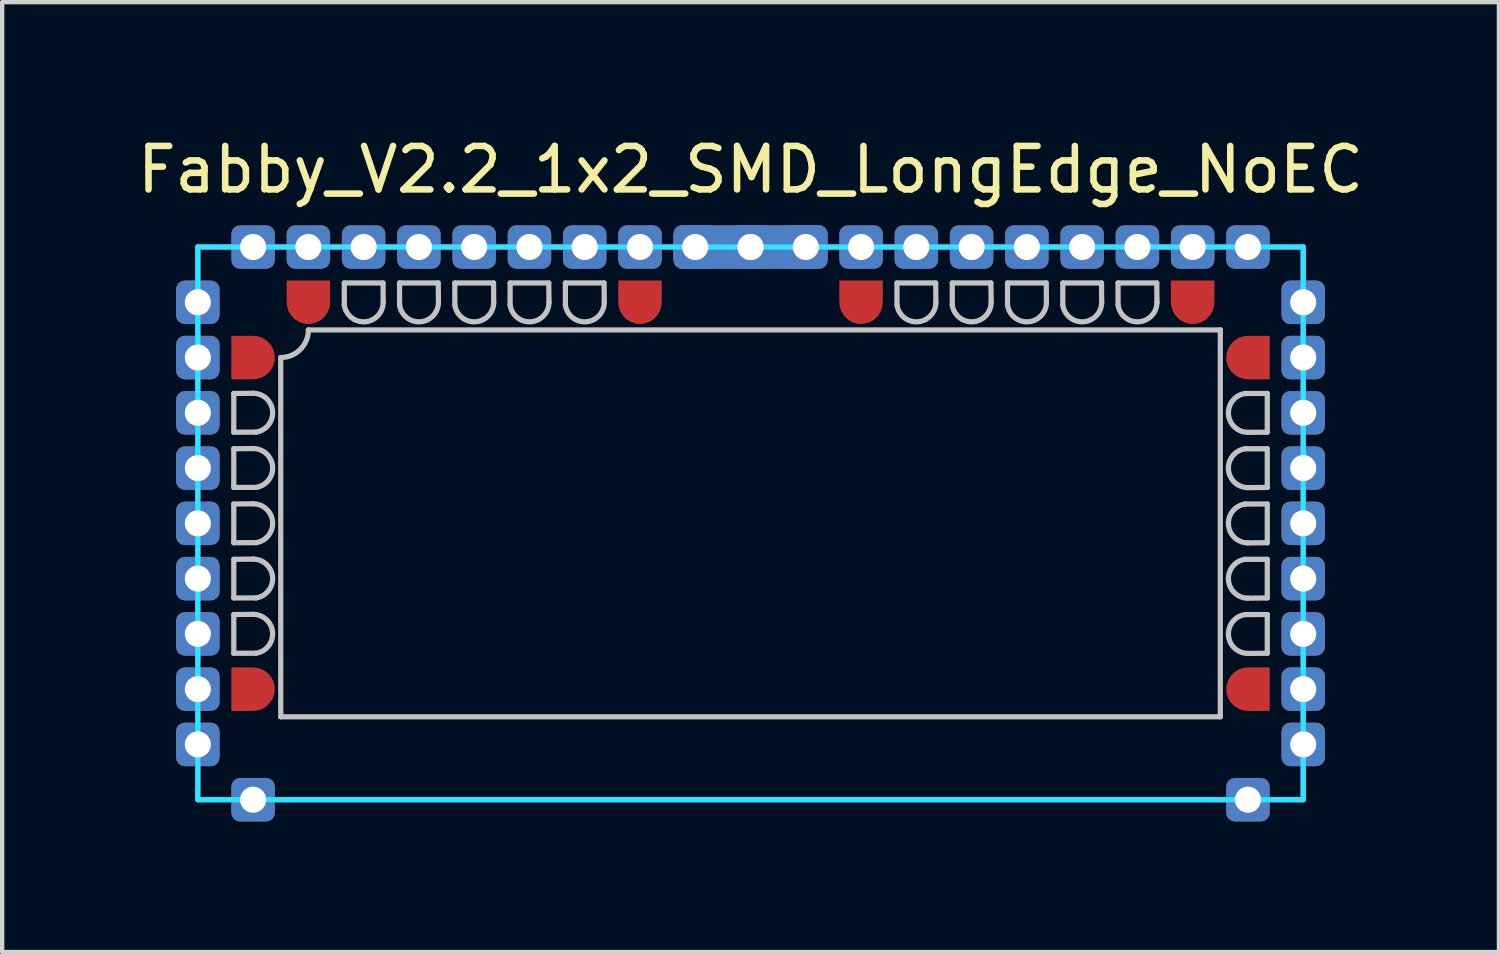
<source format=kicad_pcb>
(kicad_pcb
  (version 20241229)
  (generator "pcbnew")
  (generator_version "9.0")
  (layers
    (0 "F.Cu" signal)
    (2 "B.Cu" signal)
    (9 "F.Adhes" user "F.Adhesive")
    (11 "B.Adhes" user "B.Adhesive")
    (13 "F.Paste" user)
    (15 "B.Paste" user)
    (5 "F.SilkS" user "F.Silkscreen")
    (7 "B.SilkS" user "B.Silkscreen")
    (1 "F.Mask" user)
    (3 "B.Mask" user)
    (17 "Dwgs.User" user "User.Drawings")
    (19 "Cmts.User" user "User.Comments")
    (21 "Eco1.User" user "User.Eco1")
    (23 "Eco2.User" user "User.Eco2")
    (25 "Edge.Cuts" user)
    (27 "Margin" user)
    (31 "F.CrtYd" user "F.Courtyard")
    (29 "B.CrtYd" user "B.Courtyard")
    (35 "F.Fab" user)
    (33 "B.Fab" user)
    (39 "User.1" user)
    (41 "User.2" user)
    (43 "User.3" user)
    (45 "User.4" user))
  (footprint "Fabby_V2.2_1x2_SMD_LongEdge_NoEC"
    (layer "F.Cu")
    (at 14.196 8.976)
    (property "Reference" "Fabby_V2.2_1x2_SMD_LongEdge_NoEC" (at 0 -8.128 0) (layer "F.SilkS") (effects (font (size 1 1) (thickness 0.15))))
    (attr through_hole)
    (fp_line (start -11.874 -2.985) (end -11.874 -2.095) (stroke (width 0.12) (type solid)) (layer "Dwgs.User"))
    (fp_line (start -11.874 -2.095) (end -11.367 -2.096) (stroke (width 0.12) (type solid)) (layer "Dwgs.User"))
    (fp_line (start -11.874 -1.714) (end -11.874 -0.826) (stroke (width 0.12) (type solid)) (layer "Dwgs.User"))
    (fp_line (start -11.874 -0.826) (end -11.367 -0.826) (stroke (width 0.12) (type solid)) (layer "Dwgs.User"))
    (fp_line (start -11.874 -0.445) (end -11.874 0.445) (stroke (width 0.12) (type solid)) (layer "Dwgs.User"))
    (fp_line (start -11.874 0.445) (end -11.367 0.444) (stroke (width 0.12) (type solid)) (layer "Dwgs.User"))
    (fp_line (start -11.874 0.826) (end -11.874 1.714) (stroke (width 0.12) (type solid)) (layer "Dwgs.User"))
    (fp_line (start -11.874 1.714) (end -11.367 1.714) (stroke (width 0.12) (type solid)) (layer "Dwgs.User"))
    (fp_line (start -11.874 2.095) (end -11.874 2.985) (stroke (width 0.12) (type solid)) (layer "Dwgs.User"))
    (fp_line (start -11.874 2.985) (end -11.367 2.984) (stroke (width 0.12) (type solid)) (layer "Dwgs.User"))
    (fp_line (start -11.43 -2.989) (end -11.874 -2.985) (stroke (width 0.12) (type solid)) (layer "Dwgs.User"))
    (fp_line (start -11.43 -1.719) (end -11.874 -1.714) (stroke (width 0.12) (type solid)) (layer "Dwgs.User"))
    (fp_line (start -11.43 -0.449) (end -11.874 -0.445) (stroke (width 0.12) (type solid)) (layer "Dwgs.User"))
    (fp_line (start -11.43 0.821) (end -11.874 0.826) (stroke (width 0.12) (type solid)) (layer "Dwgs.User"))
    (fp_line (start -11.43 2.091) (end -11.874 2.095) (stroke (width 0.12) (type solid)) (layer "Dwgs.User"))
    (fp_line (start -10.795 4.445) (end -10.795 -3.81) (stroke (width 0.12) (type solid)) (layer "Dwgs.User"))
    (fp_line (start -10.16 -4.445) (end 10.795 -4.445) (stroke (width 0.12) (type solid)) (layer "Dwgs.User"))
    (fp_line (start -9.335 -5.524) (end -9.334 -5.017) (stroke (width 0.12) (type solid)) (layer "Dwgs.User"))
    (fp_line (start -8.445 -5.524) (end -9.335 -5.524) (stroke (width 0.12) (type solid)) (layer "Dwgs.User"))
    (fp_line (start -8.441 -5.08) (end -8.445 -5.524) (stroke (width 0.12) (type solid)) (layer "Dwgs.User"))
    (fp_line (start -8.065 -5.524) (end -8.064 -5.017) (stroke (width 0.12) (type solid)) (layer "Dwgs.User"))
    (fp_line (start -7.176 -5.524) (end -8.065 -5.524) (stroke (width 0.12) (type solid)) (layer "Dwgs.User"))
    (fp_line (start -7.171 -5.08) (end -7.176 -5.524) (stroke (width 0.12) (type solid)) (layer "Dwgs.User"))
    (fp_line (start -6.795 -5.524) (end -6.794 -5.017) (stroke (width 0.12) (type solid)) (layer "Dwgs.User"))
    (fp_line (start -5.905 -5.524) (end -6.795 -5.524) (stroke (width 0.12) (type solid)) (layer "Dwgs.User"))
    (fp_line (start -5.901 -5.08) (end -5.905 -5.524) (stroke (width 0.12) (type solid)) (layer "Dwgs.User"))
    (fp_line (start -5.524 -5.524) (end -5.524 -5.017) (stroke (width 0.12) (type solid)) (layer "Dwgs.User"))
    (fp_line (start -4.636 -5.524) (end -5.524 -5.524) (stroke (width 0.12) (type solid)) (layer "Dwgs.User"))
    (fp_line (start -4.631 -5.08) (end -4.636 -5.524) (stroke (width 0.12) (type solid)) (layer "Dwgs.User"))
    (fp_line (start -4.255 -5.524) (end -4.254 -5.017) (stroke (width 0.12) (type solid)) (layer "Dwgs.User"))
    (fp_line (start -3.365 -5.524) (end -4.255 -5.524) (stroke (width 0.12) (type solid)) (layer "Dwgs.User"))
    (fp_line (start -3.361 -5.08) (end -3.365 -5.524) (stroke (width 0.12) (type solid)) (layer "Dwgs.User"))
    (fp_line (start 3.365 -5.524) (end 3.366 -5.017) (stroke (width 0.12) (type solid)) (layer "Dwgs.User"))
    (fp_line (start 4.255 -5.524) (end 3.365 -5.524) (stroke (width 0.12) (type solid)) (layer "Dwgs.User"))
    (fp_line (start 4.259 -5.08) (end 4.255 -5.524) (stroke (width 0.12) (type solid)) (layer "Dwgs.User"))
    (fp_line (start 4.636 -5.524) (end 4.636 -5.017) (stroke (width 0.12) (type solid)) (layer "Dwgs.User"))
    (fp_line (start 5.524 -5.524) (end 4.636 -5.524) (stroke (width 0.12) (type solid)) (layer "Dwgs.User"))
    (fp_line (start 5.529 -5.08) (end 5.524 -5.524) (stroke (width 0.12) (type solid)) (layer "Dwgs.User"))
    (fp_line (start 5.905 -5.524) (end 5.906 -5.017) (stroke (width 0.12) (type solid)) (layer "Dwgs.User"))
    (fp_line (start 6.795 -5.524) (end 5.905 -5.524) (stroke (width 0.12) (type solid)) (layer "Dwgs.User"))
    (fp_line (start 6.799 -5.08) (end 6.795 -5.524) (stroke (width 0.12) (type solid)) (layer "Dwgs.User"))
    (fp_line (start 7.176 -5.524) (end 7.176 -5.017) (stroke (width 0.12) (type solid)) (layer "Dwgs.User"))
    (fp_line (start 8.065 -5.524) (end 7.176 -5.524) (stroke (width 0.12) (type solid)) (layer "Dwgs.User"))
    (fp_line (start 8.069 -5.08) (end 8.065 -5.524) (stroke (width 0.12) (type solid)) (layer "Dwgs.User"))
    (fp_line (start 8.445 -5.524) (end 8.446 -5.017) (stroke (width 0.12) (type solid)) (layer "Dwgs.User"))
    (fp_line (start 9.335 -5.524) (end 8.445 -5.524) (stroke (width 0.12) (type solid)) (layer "Dwgs.User"))
    (fp_line (start 9.339 -5.08) (end 9.335 -5.524) (stroke (width 0.12) (type solid)) (layer "Dwgs.User"))
    (fp_line (start 10.795 -4.445) (end 10.795 4.445) (stroke (width 0.12) (type solid)) (layer "Dwgs.User"))
    (fp_line (start 10.795 4.445) (end -10.795 4.445) (stroke (width 0.12) (type solid)) (layer "Dwgs.User"))
    (fp_line (start 11.43 -2.091) (end 11.874 -2.095) (stroke (width 0.12) (type solid)) (layer "Dwgs.User"))
    (fp_line (start 11.43 -0.821) (end 11.874 -0.826) (stroke (width 0.12) (type solid)) (layer "Dwgs.User"))
    (fp_line (start 11.43 0.449) (end 11.874 0.445) (stroke (width 0.12) (type solid)) (layer "Dwgs.User"))
    (fp_line (start 11.43 1.719) (end 11.874 1.714) (stroke (width 0.12) (type solid)) (layer "Dwgs.User"))
    (fp_line (start 11.43 2.989) (end 11.874 2.985) (stroke (width 0.12) (type solid)) (layer "Dwgs.User"))
    (fp_line (start 11.874 -2.985) (end 11.367 -2.984) (stroke (width 0.12) (type solid)) (layer "Dwgs.User"))
    (fp_line (start 11.874 -2.095) (end 11.874 -2.985) (stroke (width 0.12) (type solid)) (layer "Dwgs.User"))
    (fp_line (start 11.874 -1.714) (end 11.367 -1.714) (stroke (width 0.12) (type solid)) (layer "Dwgs.User"))
    (fp_line (start 11.874 -0.826) (end 11.874 -1.714) (stroke (width 0.12) (type solid)) (layer "Dwgs.User"))
    (fp_line (start 11.874 -0.445) (end 11.367 -0.444) (stroke (width 0.12) (type solid)) (layer "Dwgs.User"))
    (fp_line (start 11.874 0.445) (end 11.874 -0.445) (stroke (width 0.12) (type solid)) (layer "Dwgs.User"))
    (fp_line (start 11.874 0.826) (end 11.367 0.826) (stroke (width 0.12) (type solid)) (layer "Dwgs.User"))
    (fp_line (start 11.874 1.714) (end 11.874 0.826) (stroke (width 0.12) (type solid)) (layer "Dwgs.User"))
    (fp_line (start 11.874 2.095) (end 11.367 2.096) (stroke (width 0.12) (type solid)) (layer "Dwgs.User"))
    (fp_line (start 11.874 2.985) (end 11.874 2.095) (stroke (width 0.12) (type solid)) (layer "Dwgs.User"))
    (fp_arc (start -11.429999 -2.989012) (mid -10.982118 -2.571829) (end -11.366501 -2.095501) (stroke (width 0.12) (type solid)) (layer "Dwgs.User"))
    (fp_arc (start -11.429999 -1.719012) (mid -10.982118 -1.301829) (end -11.366501 -0.825501) (stroke (width 0.12) (type solid)) (layer "Dwgs.User"))
    (fp_arc (start -11.429999 -0.449012) (mid -10.982118 -0.031829) (end -11.366501 0.444499) (stroke (width 0.12) (type solid)) (layer "Dwgs.User"))
    (fp_arc (start -11.429999 0.820988) (mid -10.982118 1.238171) (end -11.366501 1.714499) (stroke (width 0.12) (type solid)) (layer "Dwgs.User"))
    (fp_arc (start -11.429999 2.090988) (mid -10.982118 2.508171) (end -11.366501 2.984499) (stroke (width 0.12) (type solid)) (layer "Dwgs.User"))
    (fp_arc (start -10.16 -4.445) (mid -10.345987 -3.995987) (end -10.795 -3.81) (stroke (width 0.12) (type solid)) (layer "Dwgs.User"))
    (fp_arc (start -8.440988 -5.079999) (mid -8.858171 -4.632118) (end -9.334499 -5.016501) (stroke (width 0.12) (type solid)) (layer "Dwgs.User"))
    (fp_arc (start -7.170988 -5.079999) (mid -7.588171 -4.632118) (end -8.064499 -5.016501) (stroke (width 0.12) (type solid)) (layer "Dwgs.User"))
    (fp_arc (start -5.900988 -5.079999) (mid -6.318171 -4.632118) (end -6.794499 -5.016501) (stroke (width 0.12) (type solid)) (layer "Dwgs.User"))
    (fp_arc (start -4.630988 -5.079999) (mid -5.048171 -4.632118) (end -5.524499 -5.016501) (stroke (width 0.12) (type solid)) (layer "Dwgs.User"))
    (fp_arc (start -3.360988 -5.079999) (mid -3.778171 -4.632118) (end -4.254499 -5.016501) (stroke (width 0.12) (type solid)) (layer "Dwgs.User"))
    (fp_arc (start 4.259012 -5.079999) (mid 3.841829 -4.632118) (end 3.365501 -5.016501) (stroke (width 0.12) (type solid)) (layer "Dwgs.User"))
    (fp_arc (start 5.529012 -5.079999) (mid 5.111829 -4.632118) (end 4.635501 -5.016501) (stroke (width 0.12) (type solid)) (layer "Dwgs.User"))
    (fp_arc (start 6.799012 -5.079999) (mid 6.381829 -4.632118) (end 5.905501 -5.016501) (stroke (width 0.12) (type solid)) (layer "Dwgs.User"))
    (fp_arc (start 8.069012 -5.079999) (mid 7.651829 -4.632118) (end 7.175501 -5.016501) (stroke (width 0.12) (type solid)) (layer "Dwgs.User"))
    (fp_arc (start 9.339012 -5.079999) (mid 8.921829 -4.632118) (end 8.445501 -5.016501) (stroke (width 0.12) (type solid)) (layer "Dwgs.User"))
    (fp_arc (start 11.429999 -2.090988) (mid 10.982118 -2.508171) (end 11.366501 -2.984499) (stroke (width 0.12) (type solid)) (layer "Dwgs.User"))
    (fp_arc (start 11.429999 -0.820988) (mid 10.982118 -1.238171) (end 11.366501 -1.714499) (stroke (width 0.12) (type solid)) (layer "Dwgs.User"))
    (fp_arc (start 11.429999 0.449012) (mid 10.982118 0.031829) (end 11.366501 -0.444499) (stroke (width 0.12) (type solid)) (layer "Dwgs.User"))
    (fp_arc (start 11.429999 1.719012) (mid 10.982118 1.301829) (end 11.366501 0.825501) (stroke (width 0.12) (type solid)) (layer "Dwgs.User"))
    (fp_arc (start 11.429999 2.989012) (mid 10.982118 2.571829) (end 11.366501 2.095501) (stroke (width 0.12) (type solid)) (layer "Dwgs.User"))
    (fp_line (start -12.7 -6.35) (end 12.7 -6.35) (stroke (width 0.12) (type solid)) (layer "B.CrtYd"))
    (fp_line (start -12.7 6.35) (end -12.7 -6.35) (stroke (width 0.12) (type solid)) (layer "B.CrtYd"))
    (fp_line (start 12.7 -6.35) (end 12.7 6.35) (stroke (width 0.12) (type solid)) (layer "B.CrtYd"))
    (fp_line (start 12.7 6.35) (end -12.7 6.35) (stroke (width 0.12) (type solid)) (layer "B.CrtYd"))
    (fp_line (start -12.7 -6.35) (end 12.7 -6.35) (stroke (width 0.12) (type solid)) (layer "F.CrtYd"))
    (fp_line (start -12.7 6.35) (end -12.7 -6.35) (stroke (width 0.12) (type solid)) (layer "F.CrtYd"))
    (fp_line (start 12.7 -6.35) (end 12.7 6.35) (stroke (width 0.12) (type solid)) (layer "F.CrtYd"))
    (fp_line (start 12.7 6.35) (end -12.7 6.35) (stroke (width 0.12) (type solid)) (layer "F.CrtYd"))
    (pad "" thru_hole roundrect (at -12.7 -3.81 270) (size 1 1) (drill 0.6) (layers "*.Cu" "*.Mask") (roundrect_rratio 0.2))
    (pad "" thru_hole roundrect (at -12.7 3.81 270) (size 1 1) (drill 0.6) (layers "*.Cu" "*.Mask") (roundrect_rratio 0.2))
    (pad "" thru_hole roundrect (at -10.16 -6.35 270) (size 1 1) (drill 0.6) (layers "*.Cu" "*.Mask") (roundrect_rratio 0.2))
    (pad "" thru_hole roundrect (at -2.54 -6.35 270) (size 1 1) (drill 0.6) (layers "*.Cu" "*.Mask") (roundrect_rratio 0.2))
    (pad "" thru_hole roundrect (at 2.54 -6.35 270) (size 1 1) (drill 0.6) (layers "*.Cu" "*.Mask") (roundrect_rratio 0.2))
    (pad "" thru_hole roundrect (at 10.16 -6.35 270) (size 1 1) (drill 0.6) (layers "*.Cu" "*.Mask") (roundrect_rratio 0.2))
    (pad "" thru_hole roundrect (at 12.7 -3.81 270) (size 1 1) (drill 0.6) (layers "*.Cu" "*.Mask") (roundrect_rratio 0.2))
    (pad "" thru_hole roundrect (at 12.7 3.81 270) (size 1 1) (drill 0.6) (layers "*.Cu" "*.Mask") (roundrect_rratio 0.2))
    (pad "1" thru_hole roundrect (at -12.7 -5.08 270) (size 1 1) (drill 0.6) (layers "*.Cu" "*.Mask") (roundrect_rratio 0.2))
    (pad "1" thru_hole roundrect (at -12.7 5.08 270) (size 1 1) (drill 0.6) (layers "*.Cu" "*.Mask") (roundrect_rratio 0.2))
    (pad "1" thru_hole roundrect (at -11.43 -6.35 180) (size 1 1) (drill 0.6) (layers "*.Cu" "*.Mask") (roundrect_rratio 0.2))
    (pad "1" thru_hole roundrect (at -11.43 6.35) (size 1 1) (drill 0.6) (layers "*.Cu" "*.Mask") (roundrect_rratio 0.2))
    (pad "1" thru_hole roundrect (at -1.27 -6.35) (size 1 1) (drill 0.6) (layers "*.Cu" "*.Mask") (roundrect_rratio 0.2))
    (pad "1" thru_hole roundrect (at 0 -6.35 270) (size 1 2.254) (drill 0.6 (offset 0 -0.643)) (layers "*.Cu" "*.Mask") (roundrect_rratio 0.2))
    (pad "1" thru_hole roundrect (at 0 -6.35 90) (size 1 2.254) (drill 0.6 (offset 0 -0.643)) (layers "*.Cu" "*.Mask") (roundrect_rratio 0.2))
    (pad "1" thru_hole roundrect (at 1.27 -6.35) (size 1 1) (drill 0.6) (layers "*.Cu" "*.Mask") (roundrect_rratio 0.2))
    (pad "1" thru_hole roundrect (at 11.43 -6.35 180) (size 1 1) (drill 0.6) (layers "*.Cu" "*.Mask") (roundrect_rratio 0.2))
    (pad "1" thru_hole roundrect (at 11.43 6.35) (size 1 1) (drill 0.6) (layers "*.Cu" "*.Mask") (roundrect_rratio 0.2))
    (pad "1" thru_hole roundrect (at 12.7 -5.08 90) (size 1 1) (drill 0.6) (layers "*.Cu" "*.Mask") (roundrect_rratio 0.2))
    (pad "1" thru_hole roundrect (at 12.7 5.08 90) (size 1 1) (drill 0.6) (layers "*.Cu" "*.Mask") (roundrect_rratio 0.2))
    (pad "2" smd custom (at -11.43 -3.81) (size 1 1) (layers "F.Cu" "F.Mask" "F.Paste") (options (anchor circle)) (primitives (gr_poly (pts (xy -0.5 -0.5) (xy 0 -0.5) (xy 0 0.5) (xy -0.5 0.5)) (width 0) (fill yes))))
    (pad "3" thru_hole roundrect (at -12.7 -2.54 270) (size 1 1) (drill 0.6) (layers "*.Cu" "*.Mask") (roundrect_rratio 0.2))
    (pad "4" thru_hole roundrect (at -12.7 -1.27 270) (size 1 1) (drill 0.6) (layers "*.Cu" "*.Mask") (roundrect_rratio 0.2))
    (pad "5" thru_hole roundrect (at -12.7 0 270) (size 1 1) (drill 0.6) (layers "*.Cu" "*.Mask") (roundrect_rratio 0.2))
    (pad "6" thru_hole roundrect (at -12.7 1.27 270) (size 1 1) (drill 0.6) (layers "*.Cu" "*.Mask") (roundrect_rratio 0.2))
    (pad "7" thru_hole roundrect (at -12.7 2.54 270) (size 1 1) (drill 0.6) (layers "*.Cu" "*.Mask") (roundrect_rratio 0.2))
    (pad "8" smd custom (at -11.43 3.81) (size 1 1) (layers "F.Cu" "F.Mask" "F.Paste") (options (anchor circle)) (primitives (gr_poly (pts (xy -0.5 -0.5) (xy 0 -0.5) (xy 0 0.5) (xy -0.5 0.5)) (width 0) (fill yes))))
    (pad "23" smd custom (at 11.43 3.81 180) (size 1 1) (layers "F.Cu" "F.Mask" "F.Paste") (options (anchor circle)) (primitives (gr_poly (pts (xy -0.5 -0.5) (xy 0 -0.5) (xy 0 0.5) (xy -0.5 0.5)) (width 0) (fill yes))))
    (pad "24" thru_hole roundrect (at 12.7 2.54 90) (size 1 1) (drill 0.6) (layers "*.Cu" "*.Mask") (roundrect_rratio 0.2))
    (pad "25" thru_hole roundrect (at 12.7 1.27 90) (size 1 1) (drill 0.6) (layers "*.Cu" "*.Mask") (roundrect_rratio 0.2))
    (pad "26" thru_hole roundrect (at 12.7 0 90) (size 1 1) (drill 0.6) (layers "*.Cu" "*.Mask") (roundrect_rratio 0.2))
    (pad "27" thru_hole roundrect (at 12.7 -1.27 90) (size 1 1) (drill 0.6) (layers "*.Cu" "*.Mask") (roundrect_rratio 0.2))
    (pad "28" thru_hole roundrect (at 12.7 -2.54 270) (size 1 1) (drill 0.6) (layers "*.Cu" "*.Mask") (roundrect_rratio 0.2))
    (pad "29" smd custom (at 11.43 -3.81 180) (size 1 1) (layers "F.Cu" "F.Mask" "F.Paste") (options (anchor circle)) (primitives (gr_poly (pts (xy -0.5 -0.5) (xy 0 -0.5) (xy 0 0.5) (xy -0.5 0.5)) (width 0) (fill yes))))
    (pad "30" smd custom (at 10.16 -5.08 270) (size 1 1) (layers "F.Cu" "F.Mask" "F.Paste") (options (anchor circle)) (primitives (gr_poly (pts (xy -0.5 -0.5) (xy 0 -0.5) (xy 0 0.5) (xy -0.5 0.5)) (width 0) (fill yes))))
    (pad "31" thru_hole roundrect (at 8.89 -6.35 270) (size 1 1) (drill 0.6) (layers "*.Cu" "*.Mask") (roundrect_rratio 0.2))
    (pad "32" thru_hole roundrect (at 7.62 -6.35 270) (size 1 1) (drill 0.6) (layers "*.Cu" "*.Mask") (roundrect_rratio 0.2))
    (pad "33" thru_hole roundrect (at 6.35 -6.35 270) (size 1 1) (drill 0.6) (layers "*.Cu" "*.Mask") (roundrect_rratio 0.2))
    (pad "34" thru_hole roundrect (at 5.08 -6.35 270) (size 1 1) (drill 0.6) (layers "*.Cu" "*.Mask") (roundrect_rratio 0.2))
    (pad "35" thru_hole roundrect (at 3.81 -6.35 270) (size 1 1) (drill 0.6) (layers "*.Cu" "*.Mask") (roundrect_rratio 0.2))
    (pad "36" smd custom (at 2.54 -5.08 270) (size 1 1) (layers "F.Cu" "F.Mask" "F.Paste") (options (anchor circle)) (primitives (gr_poly (pts (xy -0.5 -0.5) (xy 0 -0.5) (xy 0 0.5) (xy -0.5 0.5)) (width 0) (fill yes))))
    (pad "37" smd custom (at -2.54 -5.08 270) (size 1 1) (layers "F.Cu" "F.Mask" "F.Paste") (options (anchor circle)) (primitives (gr_poly (pts (xy -0.5 -0.5) (xy 0 -0.5) (xy 0 0.5) (xy -0.5 0.5)) (width 0) (fill yes))))
    (pad "38" thru_hole roundrect (at -3.81 -6.35 270) (size 1 1) (drill 0.6) (layers "*.Cu" "*.Mask") (roundrect_rratio 0.2))
    (pad "39" thru_hole roundrect (at -5.08 -6.35 270) (size 1 1) (drill 0.6) (layers "*.Cu" "*.Mask") (roundrect_rratio 0.2))
    (pad "40" thru_hole roundrect (at -6.35 -6.35 270) (size 1 1) (drill 0.6) (layers "*.Cu" "*.Mask") (roundrect_rratio 0.2))
    (pad "41" thru_hole roundrect (at -7.62 -6.35 270) (size 1 1) (drill 0.6) (layers "*.Cu" "*.Mask") (roundrect_rratio 0.2))
    (pad "42" thru_hole roundrect (at -8.89 -6.35 270) (size 1 1) (drill 0.6) (layers "*.Cu" "*.Mask") (roundrect_rratio 0.2))
    (pad "43" smd custom (at -10.16 -5.08 270) (size 1 1) (layers "F.Cu" "F.Mask" "F.Paste") (options (anchor circle)) (primitives (gr_poly (pts (xy -0.5 -0.5) (xy 0 -0.5) (xy 0 0.5) (xy -0.5 0.5)) (width 0) (fill yes)))))
  (gr_rect
    (start -3 -3)
    (end 31.393 18.826)
    (stroke (width 0.1) (type default))
    (fill no)
    (layer "Edge.Cuts")))
</source>
